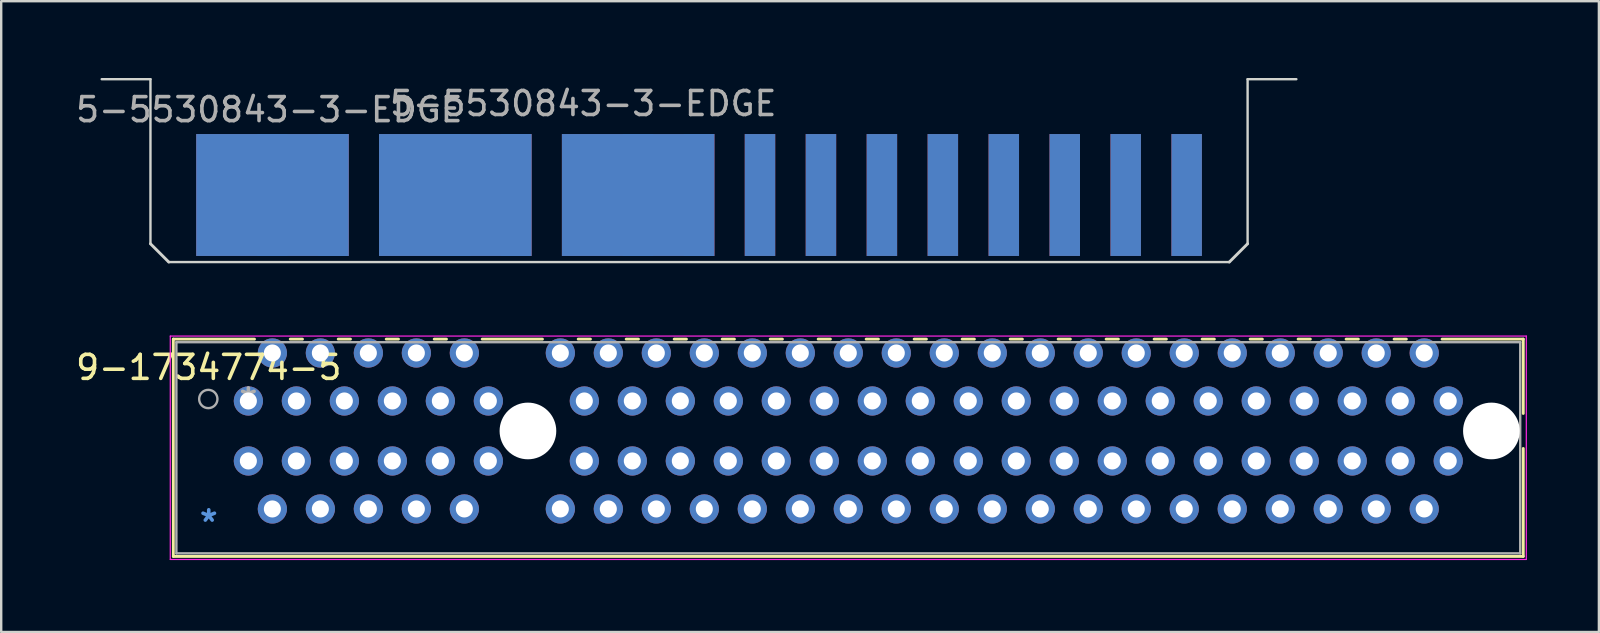
<source format=kicad_pcb>
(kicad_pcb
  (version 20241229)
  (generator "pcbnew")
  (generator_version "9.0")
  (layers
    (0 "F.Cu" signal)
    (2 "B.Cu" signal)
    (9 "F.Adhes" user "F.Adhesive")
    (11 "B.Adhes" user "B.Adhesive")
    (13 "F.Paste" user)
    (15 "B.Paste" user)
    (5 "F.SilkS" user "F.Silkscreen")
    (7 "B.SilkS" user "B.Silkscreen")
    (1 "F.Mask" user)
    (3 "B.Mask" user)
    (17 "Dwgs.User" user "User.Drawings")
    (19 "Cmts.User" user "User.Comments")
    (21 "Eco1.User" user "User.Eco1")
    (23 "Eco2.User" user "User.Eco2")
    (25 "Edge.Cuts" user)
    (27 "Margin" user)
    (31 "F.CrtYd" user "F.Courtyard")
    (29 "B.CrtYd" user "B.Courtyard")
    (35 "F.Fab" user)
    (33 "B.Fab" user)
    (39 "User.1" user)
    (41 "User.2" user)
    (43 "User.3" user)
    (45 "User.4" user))
  (footprint "5-5530843-3-EDGE"
    (layer "F.Cu")
    (at 1.188 0.25)
    (property "Reference" "5-5530843-3-EDGE" (at 6.985 1.27 0) (unlocked yes) (layer "F.Fab") (effects (font (size 1 1) (thickness 0.15))))
    (attr smd)
    (fp_line (start 2.032 0) (end 0 0) (stroke (width 0.1) (type default)) (layer "Edge.Cuts"))
    (fp_line (start 2.032 0) (end 2.032 6.858) (stroke (width 0.1) (type default)) (layer "Edge.Cuts"))
    (fp_line (start 2.032 6.858) (end 2.794 7.62) (stroke (width 0.12) (type default)) (layer "Edge.Cuts"))
    (fp_line (start 2.794 7.62) (end 46.99 7.62) (stroke (width 0.1) (type default)) (layer "Edge.Cuts"))
    (fp_line (start 46.99 7.62) (end 47.752 6.858) (stroke (width 0.12) (type default)) (layer "Edge.Cuts"))
    (fp_line (start 47.752 0) (end 49.784 0) (stroke (width 0.1) (type default)) (layer "Edge.Cuts"))
    (fp_line (start 47.752 6.858) (end 47.752 0) (stroke (width 0.1) (type default)) (layer "Edge.Cuts"))
    (fp_text user "${REFERENCE}" (at 20.066 1.016 0) (unlocked yes) (layer "F.Fab") (effects (font (size 1 1) (thickness 0.15))))
    (pad "A1" connect rect (at 7.112 4.826) (size 6.35 5.08) (layers "F.Cu" "F.Mask"))
    (pad "A2" connect rect (at 7.112 4.826) (size 1.27 5.08) (layers "F.Cu" "F.Mask"))
    (pad "A3" connect rect (at 9.652 4.826) (size 1.27 5.08) (layers "F.Cu" "F.Mask"))
    (pad "A4" connect rect (at 14.732 4.826) (size 6.35 5.08) (layers "F.Cu" "F.Mask"))
    (pad "A5" connect rect (at 14.732 4.826) (size 1.27 5.08) (layers "F.Cu" "F.Mask"))
    (pad "A6" connect rect (at 17.272 4.826) (size 1.27 5.08) (layers "F.Cu" "F.Mask"))
    (pad "A7" connect rect (at 22.352 4.826) (size 6.35 5.08) (layers "F.Cu" "F.Mask"))
    (pad "A8" connect rect (at 22.352 4.826) (size 1.27 5.08) (layers "F.Cu" "F.Mask"))
    (pad "A9" connect rect (at 24.892 4.826) (size 1.27 5.08) (layers "F.Cu" "F.Mask"))
    (pad "A10" connect rect (at 27.432 4.826) (size 1.27 5.08) (layers "F.Cu" "F.Mask"))
    (pad "A11" connect rect (at 29.972 4.826) (size 1.27 5.08) (layers "F.Cu" "F.Mask"))
    (pad "A12" connect rect (at 32.512 4.826) (size 1.27 5.08) (layers "F.Cu" "F.Mask"))
    (pad "A13" connect rect (at 35.052 4.826) (size 1.27 5.08) (layers "F.Cu" "F.Mask"))
    (pad "A14" connect rect (at 37.592 4.826) (size 1.27 5.08) (layers "F.Cu" "F.Mask"))
    (pad "A15" connect rect (at 40.132 4.826) (size 1.27 5.08) (layers "F.Cu" "F.Mask"))
    (pad "A16" connect rect (at 42.672 4.826) (size 1.27 5.08) (layers "F.Cu" "F.Mask"))
    (pad "A17" connect rect (at 45.212 4.826) (size 1.27 5.08) (layers "F.Cu" "F.Mask"))
    (pad "B1" connect rect (at 7.112 4.826) (size 6.35 5.08) (layers "B.Cu" "B.Mask"))
    (pad "B2" connect rect (at 7.112 4.826) (size 1.27 5.08) (layers "B.Cu" "B.Mask"))
    (pad "B3" connect rect (at 9.652 4.826) (size 1.27 5.08) (layers "B.Cu" "B.Mask"))
    (pad "B4" connect rect (at 14.732 4.826) (size 6.35 5.08) (layers "B.Cu" "B.Mask"))
    (pad "B5" connect rect (at 14.732 4.826) (size 1.27 5.08) (layers "B.Cu" "B.Mask"))
    (pad "B6" connect rect (at 17.272 4.826) (size 1.27 5.08) (layers "B.Cu" "B.Mask"))
    (pad "B7" connect rect (at 22.352 4.826) (size 6.35 5.08) (layers "B.Cu" "B.Mask"))
    (pad "B8" connect rect (at 22.352 4.826) (size 1.27 5.08) (layers "B.Cu" "B.Mask"))
    (pad "B9" connect rect (at 24.892 4.826) (size 1.27 5.08) (layers "B.Cu" "B.Mask"))
    (pad "B10" connect rect (at 27.432 4.826) (size 1.27 5.08) (layers "B.Cu" "B.Mask"))
    (pad "B11" connect rect (at 29.972 4.826) (size 1.27 5.08) (layers "B.Cu" "B.Mask"))
    (pad "B12" connect rect (at 32.512 4.826) (size 1.27 5.08) (layers "B.Cu" "B.Mask"))
    (pad "B13" connect rect (at 35.052 4.826) (size 1.27 5.08) (layers "B.Cu" "B.Mask"))
    (pad "B14" connect rect (at 37.592 4.826) (size 1.27 5.08) (layers "B.Cu" "B.Mask"))
    (pad "B15" connect rect (at 40.132 4.826) (size 1.27 5.08) (layers "B.Cu" "B.Mask"))
    (pad "B16" connect rect (at 42.672 4.826) (size 1.27 5.08) (layers "B.Cu" "B.Mask"))
    (pad "B17" connect rect (at 45.212 4.826) (size 1.27 5.08) (layers "B.Cu" "B.Mask")))
  (footprint "9-1734774-5"
    (layer "F.Cu")
    (at 7.3 13.659)
    (property "Reference" "9-1734774-5" (at -1.651 -1.397 0) (layer "F.SilkS") (effects (font (size 1 1) (thickness 0.15))))
    (attr through_hole)
    (fp_line (start -3.127 -2.577) (end 0.255 -2.577) (stroke (width 0.12) (type solid)) (layer "F.SilkS"))
    (fp_line (start -3.127 6.477) (end -3.127 -2.577) (stroke (width 0.12) (type solid)) (layer "F.SilkS"))
    (fp_line (start 1.745 -2.577) (end 2.255 -2.577) (stroke (width 0.12) (type solid)) (layer "F.SilkS"))
    (fp_line (start 3.745 -2.577) (end 4.255 -2.577) (stroke (width 0.12) (type solid)) (layer "F.SilkS"))
    (fp_line (start 5.745 -2.577) (end 6.255 -2.577) (stroke (width 0.12) (type solid)) (layer "F.SilkS"))
    (fp_line (start 7.745 -2.577) (end 8.255 -2.577) (stroke (width 0.12) (type solid)) (layer "F.SilkS"))
    (fp_line (start 9.745 -2.577) (end 12.255 -2.577) (stroke (width 0.12) (type solid)) (layer "F.SilkS"))
    (fp_line (start 13.745 -2.577) (end 14.255 -2.577) (stroke (width 0.12) (type solid)) (layer "F.SilkS"))
    (fp_line (start 15.745 -2.577) (end 16.255 -2.577) (stroke (width 0.12) (type solid)) (layer "F.SilkS"))
    (fp_line (start 17.745 -2.577) (end 18.255 -2.577) (stroke (width 0.12) (type solid)) (layer "F.SilkS"))
    (fp_line (start 19.745 -2.577) (end 20.255 -2.577) (stroke (width 0.12) (type solid)) (layer "F.SilkS"))
    (fp_line (start 21.745 -2.577) (end 22.255 -2.577) (stroke (width 0.12) (type solid)) (layer "F.SilkS"))
    (fp_line (start 23.745 -2.577) (end 24.255 -2.577) (stroke (width 0.12) (type solid)) (layer "F.SilkS"))
    (fp_line (start 25.745 -2.577) (end 26.255 -2.577) (stroke (width 0.12) (type solid)) (layer "F.SilkS"))
    (fp_line (start 27.745 -2.577) (end 28.255 -2.577) (stroke (width 0.12) (type solid)) (layer "F.SilkS"))
    (fp_line (start 29.745 -2.577) (end 30.255 -2.577) (stroke (width 0.12) (type solid)) (layer "F.SilkS"))
    (fp_line (start 31.745 -2.577) (end 32.255 -2.577) (stroke (width 0.12) (type solid)) (layer "F.SilkS"))
    (fp_line (start 33.745 -2.577) (end 34.255 -2.577) (stroke (width 0.12) (type solid)) (layer "F.SilkS"))
    (fp_line (start 35.745 -2.577) (end 36.255 -2.577) (stroke (width 0.12) (type solid)) (layer "F.SilkS"))
    (fp_line (start 37.745 -2.577) (end 38.255 -2.577) (stroke (width 0.12) (type solid)) (layer "F.SilkS"))
    (fp_line (start 39.745 -2.577) (end 40.255 -2.577) (stroke (width 0.12) (type solid)) (layer "F.SilkS"))
    (fp_line (start 41.745 -2.577) (end 42.255 -2.577) (stroke (width 0.12) (type solid)) (layer "F.SilkS"))
    (fp_line (start 43.745 -2.577) (end 44.255 -2.577) (stroke (width 0.12) (type solid)) (layer "F.SilkS"))
    (fp_line (start 45.745 -2.577) (end 46.255 -2.577) (stroke (width 0.12) (type solid)) (layer "F.SilkS"))
    (fp_line (start 47.745 -2.577) (end 48.255 -2.577) (stroke (width 0.12) (type solid)) (layer "F.SilkS"))
    (fp_line (start 49.745 -2.577) (end 53.127 -2.577) (stroke (width 0.12) (type solid)) (layer "F.SilkS"))
    (fp_line (start 53.127 -2.577) (end 53.127 0.521) (stroke (width 0.12) (type solid)) (layer "F.SilkS"))
    (fp_line (start 53.127 1.979) (end 53.127 6.477) (stroke (width 0.12) (type solid)) (layer "F.SilkS"))
    (fp_line (start 53.127 6.477) (end -3.127 6.477) (stroke (width 0.12) (type solid)) (layer "F.SilkS"))
    (fp_line (start -3.254 -2.704) (end -3.254 6.604) (stroke (width 0.05) (type solid)) (layer "F.CrtYd"))
    (fp_line (start -3.254 6.604) (end 53.254 6.604) (stroke (width 0.05) (type solid)) (layer "F.CrtYd"))
    (fp_line (start 53.254 -2.704) (end -3.254 -2.704) (stroke (width 0.05) (type solid)) (layer "F.CrtYd"))
    (fp_line (start 53.254 6.604) (end 53.254 -2.704) (stroke (width 0.05) (type solid)) (layer "F.CrtYd"))
    (fp_line (start -3 -2.45) (end -3 6.35) (stroke (width 0.1) (type solid)) (layer "F.Fab"))
    (fp_line (start -3 6.35) (end 53 6.35) (stroke (width 0.1) (type solid)) (layer "F.Fab"))
    (fp_line (start 53 -2.45) (end -3 -2.45) (stroke (width 0.1) (type solid)) (layer "F.Fab"))
    (fp_line (start 53 6.35) (end 53 -2.45) (stroke (width 0.1) (type solid)) (layer "F.Fab"))
    (fp_circle (center -1.67 -0.082) (end -1.289 -0.082) (stroke (width 0.1) (type solid)) (fill no) (layer "F.Fab"))
    (fp_text user "*" (at -1.651 5.08 0) (layer "Cmts.User") (effects (font (size 1 1) (thickness 0.15))))
    (fp_text user "Copyright 2021 Accelerated Designs. All rights reserved." (at -0.127 -1.016 0) (layer "Cmts.User") (effects (font (size 0.127 0.127) (thickness 0.002))))
    (fp_text user "*" (at 0 0 0) (layer "F.Fab") (effects (font (size 1 1) (thickness 0.15))))
    (pad "" np_thru_hole circle (at 11.65 1.25) (size 2.362 2.362) (drill 2.362) (layers "*.Cu" "*.Mask"))
    (pad "" np_thru_hole circle (at 51.8 1.25) (size 2.362 2.362) (drill 2.362) (layers "*.Cu" "*.Mask"))
    (pad "A1" thru_hole circle (at 0 0 90) (size 1.219 1.219) (drill 0.711) (layers "*.Cu" "*.Mask"))
    (pad "A2" thru_hole circle (at 1 -2 90) (size 1.219 1.219) (drill 0.711) (layers "*.Cu" "*.Mask"))
    (pad "A3" thru_hole circle (at 2 0 90) (size 1.219 1.219) (drill 0.711) (layers "*.Cu" "*.Mask"))
    (pad "A4" thru_hole circle (at 3 -2 90) (size 1.219 1.219) (drill 0.711) (layers "*.Cu" "*.Mask"))
    (pad "A5" thru_hole circle (at 4 0 90) (size 1.219 1.219) (drill 0.711) (layers "*.Cu" "*.Mask"))
    (pad "A6" thru_hole circle (at 5 -2 90) (size 1.219 1.219) (drill 0.711) (layers "*.Cu" "*.Mask"))
    (pad "A7" thru_hole circle (at 6 0 90) (size 1.219 1.219) (drill 0.711) (layers "*.Cu" "*.Mask"))
    (pad "A8" thru_hole circle (at 7 -2 90) (size 1.219 1.219) (drill 0.711) (layers "*.Cu" "*.Mask"))
    (pad "A9" thru_hole circle (at 8 0 90) (size 1.219 1.219) (drill 0.711) (layers "*.Cu" "*.Mask"))
    (pad "A10" thru_hole circle (at 9 -2 90) (size 1.219 1.219) (drill 0.711) (layers "*.Cu" "*.Mask"))
    (pad "A11" thru_hole circle (at 10 0 90) (size 1.219 1.219) (drill 0.711) (layers "*.Cu" "*.Mask"))
    (pad "A12" thru_hole circle (at 13 -2 90) (size 1.219 1.219) (drill 0.711) (layers "*.Cu" "*.Mask"))
    (pad "A13" thru_hole circle (at 14 0 90) (size 1.219 1.219) (drill 0.711) (layers "*.Cu" "*.Mask"))
    (pad "A14" thru_hole circle (at 15 -2 90) (size 1.219 1.219) (drill 0.711) (layers "*.Cu" "*.Mask"))
    (pad "A15" thru_hole circle (at 16 0 90) (size 1.219 1.219) (drill 0.711) (layers "*.Cu" "*.Mask"))
    (pad "A16" thru_hole circle (at 17 -2 90) (size 1.219 1.219) (drill 0.711) (layers "*.Cu" "*.Mask"))
    (pad "A17" thru_hole circle (at 18 0 90) (size 1.219 1.219) (drill 0.711) (layers "*.Cu" "*.Mask"))
    (pad "A18" thru_hole circle (at 19 -2 90) (size 1.219 1.219) (drill 0.711) (layers "*.Cu" "*.Mask"))
    (pad "A19" thru_hole circle (at 20 0 90) (size 1.219 1.219) (drill 0.711) (layers "*.Cu" "*.Mask"))
    (pad "A20" thru_hole circle (at 21 -2 90) (size 1.219 1.219) (drill 0.711) (layers "*.Cu" "*.Mask"))
    (pad "A21" thru_hole circle (at 22 0 90) (size 1.219 1.219) (drill 0.711) (layers "*.Cu" "*.Mask"))
    (pad "A22" thru_hole circle (at 23 -2 90) (size 1.219 1.219) (drill 0.711) (layers "*.Cu" "*.Mask"))
    (pad "A23" thru_hole circle (at 24 0 90) (size 1.219 1.219) (drill 0.711) (layers "*.Cu" "*.Mask"))
    (pad "A24" thru_hole circle (at 25 -2 90) (size 1.219 1.219) (drill 0.711) (layers "*.Cu" "*.Mask"))
    (pad "A25" thru_hole circle (at 26 0 90) (size 1.219 1.219) (drill 0.711) (layers "*.Cu" "*.Mask"))
    (pad "A26" thru_hole circle (at 27 -2 90) (size 1.219 1.219) (drill 0.711) (layers "*.Cu" "*.Mask"))
    (pad "A27" thru_hole circle (at 28 0 90) (size 1.219 1.219) (drill 0.711) (layers "*.Cu" "*.Mask"))
    (pad "A28" thru_hole circle (at 29 -2 90) (size 1.219 1.219) (drill 0.711) (layers "*.Cu" "*.Mask"))
    (pad "A29" thru_hole circle (at 30 0 90) (size 1.219 1.219) (drill 0.711) (layers "*.Cu" "*.Mask"))
    (pad "A30" thru_hole circle (at 31 -2 90) (size 1.219 1.219) (drill 0.711) (layers "*.Cu" "*.Mask"))
    (pad "A31" thru_hole circle (at 32 0 90) (size 1.219 1.219) (drill 0.711) (layers "*.Cu" "*.Mask"))
    (pad "A32" thru_hole circle (at 33 -2 90) (size 1.219 1.219) (drill 0.711) (layers "*.Cu" "*.Mask"))
    (pad "A33" thru_hole circle (at 34 0 90) (size 1.219 1.219) (drill 0.711) (layers "*.Cu" "*.Mask"))
    (pad "A34" thru_hole circle (at 35 -2 90) (size 1.219 1.219) (drill 0.711) (layers "*.Cu" "*.Mask"))
    (pad "A35" thru_hole circle (at 36 0 90) (size 1.219 1.219) (drill 0.711) (layers "*.Cu" "*.Mask"))
    (pad "A36" thru_hole circle (at 37 -2 90) (size 1.219 1.219) (drill 0.711) (layers "*.Cu" "*.Mask"))
    (pad "A37" thru_hole circle (at 38 0 90) (size 1.219 1.219) (drill 0.711) (layers "*.Cu" "*.Mask"))
    (pad "A38" thru_hole circle (at 39 -2 90) (size 1.219 1.219) (drill 0.711) (layers "*.Cu" "*.Mask"))
    (pad "A39" thru_hole circle (at 40 0 90) (size 1.219 1.219) (drill 0.711) (layers "*.Cu" "*.Mask"))
    (pad "A40" thru_hole circle (at 41 -2 90) (size 1.219 1.219) (drill 0.711) (layers "*.Cu" "*.Mask"))
    (pad "A41" thru_hole circle (at 42 0 90) (size 1.219 1.219) (drill 0.711) (layers "*.Cu" "*.Mask"))
    (pad "A42" thru_hole circle (at 43 -2 90) (size 1.219 1.219) (drill 0.711) (layers "*.Cu" "*.Mask"))
    (pad "A43" thru_hole circle (at 44 0 90) (size 1.219 1.219) (drill 0.711) (layers "*.Cu" "*.Mask"))
    (pad "A44" thru_hole circle (at 45 -2 90) (size 1.219 1.219) (drill 0.711) (layers "*.Cu" "*.Mask"))
    (pad "A45" thru_hole circle (at 46 0 90) (size 1.219 1.219) (drill 0.711) (layers "*.Cu" "*.Mask"))
    (pad "A46" thru_hole circle (at 47 -2 90) (size 1.219 1.219) (drill 0.711) (layers "*.Cu" "*.Mask"))
    (pad "A47" thru_hole circle (at 48 0 90) (size 1.219 1.219) (drill 0.711) (layers "*.Cu" "*.Mask"))
    (pad "A48" thru_hole circle (at 49 -2 90) (size 1.219 1.219) (drill 0.711) (layers "*.Cu" "*.Mask"))
    (pad "A49" thru_hole circle (at 50 0 90) (size 1.219 1.219) (drill 0.711) (layers "*.Cu" "*.Mask"))
    (pad "B1" thru_hole circle (at 0 2.5 90) (size 1.219 1.219) (drill 0.711) (layers "*.Cu" "*.Mask"))
    (pad "B2" thru_hole circle (at 1 4.5 90) (size 1.219 1.219) (drill 0.711) (layers "*.Cu" "*.Mask"))
    (pad "B3" thru_hole circle (at 2 2.5 90) (size 1.219 1.219) (drill 0.711) (layers "*.Cu" "*.Mask"))
    (pad "B4" thru_hole circle (at 3 4.5 90) (size 1.219 1.219) (drill 0.711) (layers "*.Cu" "*.Mask"))
    (pad "B5" thru_hole circle (at 4 2.5 90) (size 1.219 1.219) (drill 0.711) (layers "*.Cu" "*.Mask"))
    (pad "B6" thru_hole circle (at 5 4.5 90) (size 1.219 1.219) (drill 0.711) (layers "*.Cu" "*.Mask"))
    (pad "B7" thru_hole circle (at 6 2.5 90) (size 1.219 1.219) (drill 0.711) (layers "*.Cu" "*.Mask"))
    (pad "B8" thru_hole circle (at 7 4.5 90) (size 1.219 1.219) (drill 0.711) (layers "*.Cu" "*.Mask"))
    (pad "B9" thru_hole circle (at 8 2.5 90) (size 1.219 1.219) (drill 0.711) (layers "*.Cu" "*.Mask"))
    (pad "B10" thru_hole circle (at 9 4.5 90) (size 1.219 1.219) (drill 0.711) (layers "*.Cu" "*.Mask"))
    (pad "B11" thru_hole circle (at 10 2.5 90) (size 1.219 1.219) (drill 0.711) (layers "*.Cu" "*.Mask"))
    (pad "B12" thru_hole circle (at 13 4.5 90) (size 1.219 1.219) (drill 0.711) (layers "*.Cu" "*.Mask"))
    (pad "B13" thru_hole circle (at 14 2.5 90) (size 1.219 1.219) (drill 0.711) (layers "*.Cu" "*.Mask"))
    (pad "B14" thru_hole circle (at 15 4.5 90) (size 1.219 1.219) (drill 0.711) (layers "*.Cu" "*.Mask"))
    (pad "B15" thru_hole circle (at 16 2.5 90) (size 1.219 1.219) (drill 0.711) (layers "*.Cu" "*.Mask"))
    (pad "B16" thru_hole circle (at 17 4.5 90) (size 1.219 1.219) (drill 0.711) (layers "*.Cu" "*.Mask"))
    (pad "B17" thru_hole circle (at 18 2.5 90) (size 1.219 1.219) (drill 0.711) (layers "*.Cu" "*.Mask"))
    (pad "B18" thru_hole circle (at 19 4.5 90) (size 1.219 1.219) (drill 0.711) (layers "*.Cu" "*.Mask"))
    (pad "B19" thru_hole circle (at 20 2.5 90) (size 1.219 1.219) (drill 0.711) (layers "*.Cu" "*.Mask"))
    (pad "B20" thru_hole circle (at 21 4.5 90) (size 1.219 1.219) (drill 0.711) (layers "*.Cu" "*.Mask"))
    (pad "B21" thru_hole circle (at 22 2.5 90) (size 1.219 1.219) (drill 0.711) (layers "*.Cu" "*.Mask"))
    (pad "B22" thru_hole circle (at 23 4.5 90) (size 1.219 1.219) (drill 0.711) (layers "*.Cu" "*.Mask"))
    (pad "B23" thru_hole circle (at 24 2.5 90) (size 1.219 1.219) (drill 0.711) (layers "*.Cu" "*.Mask"))
    (pad "B24" thru_hole circle (at 25 4.5 90) (size 1.219 1.219) (drill 0.711) (layers "*.Cu" "*.Mask"))
    (pad "B25" thru_hole circle (at 26 2.5 90) (size 1.219 1.219) (drill 0.711) (layers "*.Cu" "*.Mask"))
    (pad "B26" thru_hole circle (at 27 4.5 90) (size 1.219 1.219) (drill 0.711) (layers "*.Cu" "*.Mask"))
    (pad "B27" thru_hole circle (at 28 2.5 90) (size 1.219 1.219) (drill 0.711) (layers "*.Cu" "*.Mask"))
    (pad "B28" thru_hole circle (at 29 4.5 90) (size 1.219 1.219) (drill 0.711) (layers "*.Cu" "*.Mask"))
    (pad "B29" thru_hole circle (at 30 2.5 90) (size 1.219 1.219) (drill 0.711) (layers "*.Cu" "*.Mask"))
    (pad "B30" thru_hole circle (at 31 4.5 90) (size 1.219 1.219) (drill 0.711) (layers "*.Cu" "*.Mask"))
    (pad "B31" thru_hole circle (at 32 2.5 90) (size 1.219 1.219) (drill 0.711) (layers "*.Cu" "*.Mask"))
    (pad "B32" thru_hole circle (at 33 4.5 90) (size 1.219 1.219) (drill 0.711) (layers "*.Cu" "*.Mask"))
    (pad "B33" thru_hole circle (at 34 2.5 90) (size 1.219 1.219) (drill 0.711) (layers "*.Cu" "*.Mask"))
    (pad "B34" thru_hole circle (at 35 4.5 90) (size 1.219 1.219) (drill 0.711) (layers "*.Cu" "*.Mask"))
    (pad "B35" thru_hole circle (at 36 2.5 90) (size 1.219 1.219) (drill 0.711) (layers "*.Cu" "*.Mask"))
    (pad "B36" thru_hole circle (at 37 4.5 90) (size 1.219 1.219) (drill 0.711) (layers "*.Cu" "*.Mask"))
    (pad "B37" thru_hole circle (at 38 2.5 90) (size 1.219 1.219) (drill 0.711) (layers "*.Cu" "*.Mask"))
    (pad "B38" thru_hole circle (at 39 4.5 90) (size 1.219 1.219) (drill 0.711) (layers "*.Cu" "*.Mask"))
    (pad "B39" thru_hole circle (at 40 2.5 90) (size 1.219 1.219) (drill 0.711) (layers "*.Cu" "*.Mask"))
    (pad "B40" thru_hole circle (at 41 4.5 90) (size 1.219 1.219) (drill 0.711) (layers "*.Cu" "*.Mask"))
    (pad "B41" thru_hole circle (at 42 2.5 90) (size 1.219 1.219) (drill 0.711) (layers "*.Cu" "*.Mask"))
    (pad "B42" thru_hole circle (at 43 4.5 90) (size 1.219 1.219) (drill 0.711) (layers "*.Cu" "*.Mask"))
    (pad "B43" thru_hole circle (at 44 2.5 90) (size 1.219 1.219) (drill 0.711) (layers "*.Cu" "*.Mask"))
    (pad "B44" thru_hole circle (at 45 4.5 90) (size 1.219 1.219) (drill 0.711) (layers "*.Cu" "*.Mask"))
    (pad "B45" thru_hole circle (at 46 2.5 90) (size 1.219 1.219) (drill 0.711) (layers "*.Cu" "*.Mask"))
    (pad "B46" thru_hole circle (at 47 4.5 90) (size 1.219 1.219) (drill 0.711) (layers "*.Cu" "*.Mask"))
    (pad "B47" thru_hole circle (at 48 2.5 90) (size 1.219 1.219) (drill 0.711) (layers "*.Cu" "*.Mask"))
    (pad "B48" thru_hole circle (at 49 4.5 90) (size 1.219 1.219) (drill 0.711) (layers "*.Cu" "*.Mask"))
    (pad "B49" thru_hole circle (at 50 2.5 90) (size 1.219 1.219) (drill 0.711) (layers "*.Cu" "*.Mask")))
  (gr_rect
    (start -3 -3)
    (end 63.579 23.288)
    (stroke (width 0.1) (type default))
    (fill no)
    (layer "Edge.Cuts")))
</source>
